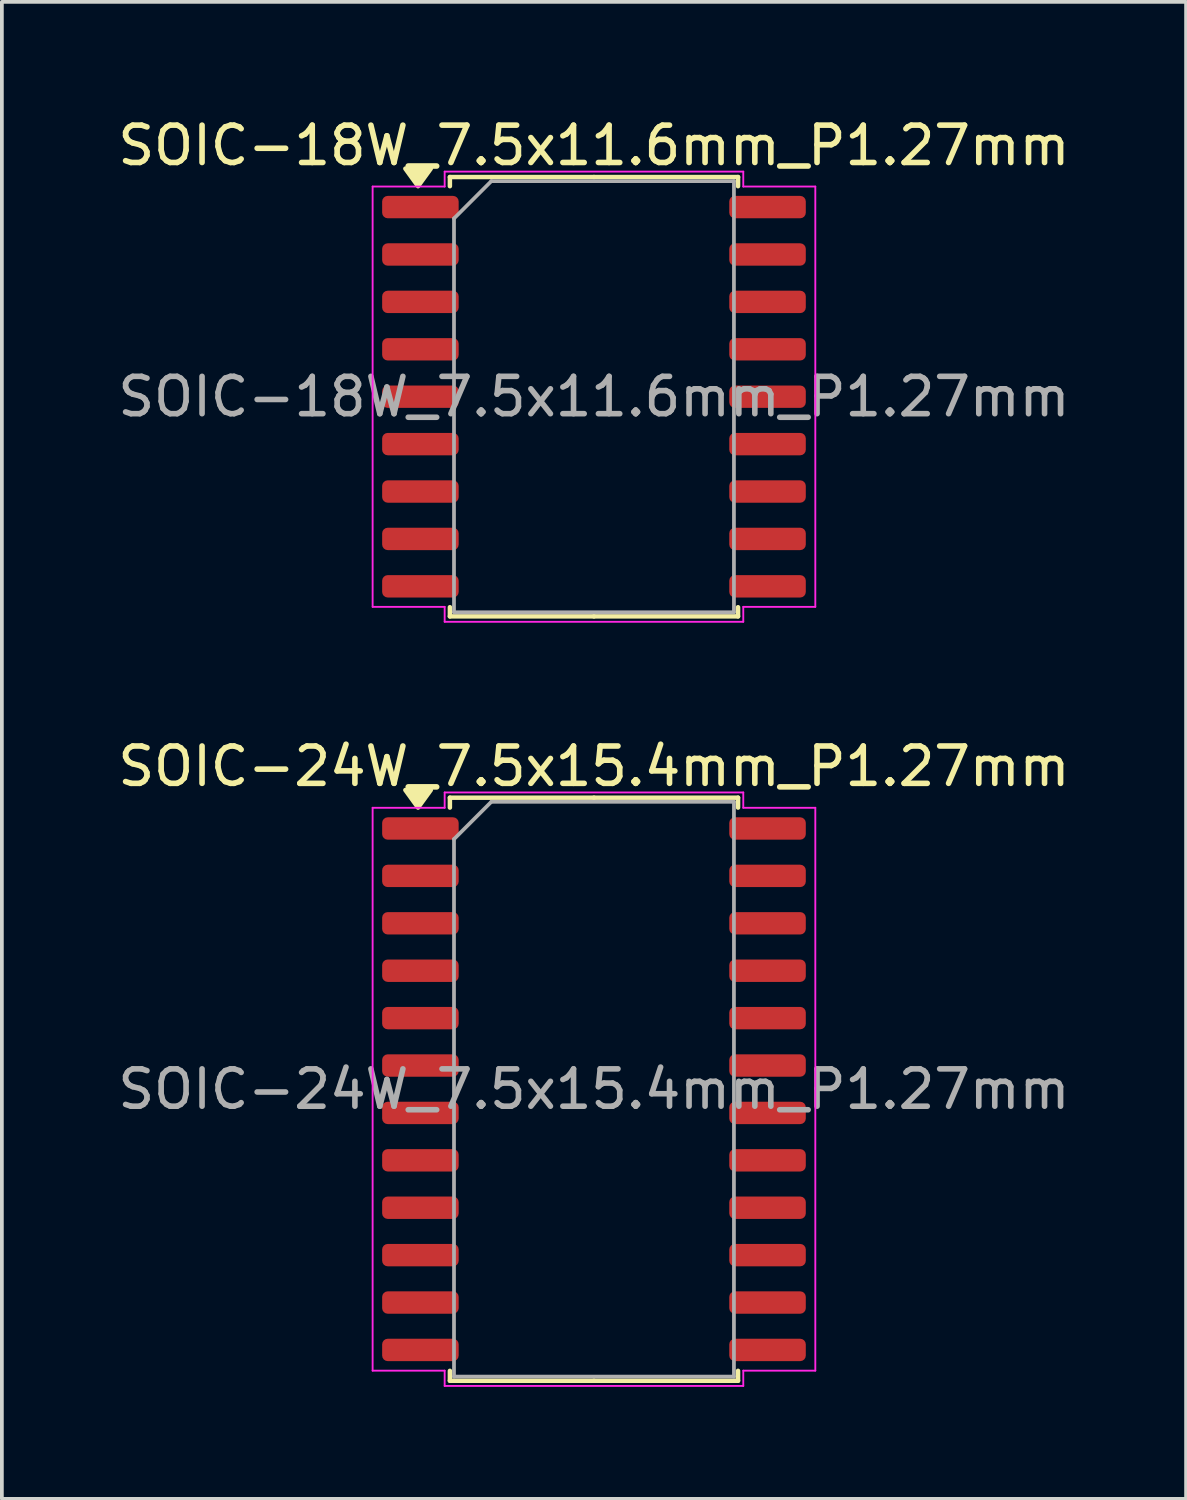
<source format=kicad_pcb>
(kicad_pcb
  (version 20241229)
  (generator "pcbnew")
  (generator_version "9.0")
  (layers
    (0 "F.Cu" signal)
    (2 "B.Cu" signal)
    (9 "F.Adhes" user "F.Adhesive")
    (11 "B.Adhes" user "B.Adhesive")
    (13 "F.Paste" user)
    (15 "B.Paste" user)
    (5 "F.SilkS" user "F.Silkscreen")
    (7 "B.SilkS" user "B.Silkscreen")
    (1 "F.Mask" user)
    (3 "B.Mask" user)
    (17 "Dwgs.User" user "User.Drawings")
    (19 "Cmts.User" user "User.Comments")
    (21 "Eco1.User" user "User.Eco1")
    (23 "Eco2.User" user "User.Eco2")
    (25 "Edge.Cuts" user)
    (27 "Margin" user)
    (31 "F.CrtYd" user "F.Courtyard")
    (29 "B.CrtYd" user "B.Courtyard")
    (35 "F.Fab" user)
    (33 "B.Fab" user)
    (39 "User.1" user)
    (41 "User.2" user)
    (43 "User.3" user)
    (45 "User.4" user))
  (footprint "SOIC-18W_7.5x11.6mm_P1.27mm"
    (layer "F.Cu")
    (at 12.863 7.578)
    (property "Reference" "SOIC-18W_7.5x11.6mm_P1.27mm" (at 0 -6.73 0) (layer "F.SilkS") (effects (font (size 1 1) (thickness 0.15))))
    (attr smd)
    (fp_line (start -3.86 -5.885) (end -3.86 -5.64) (stroke (width 0.12) (type solid)) (layer "F.SilkS"))
    (fp_line (start -3.86 5.885) (end -3.86 5.64) (stroke (width 0.12) (type solid)) (layer "F.SilkS"))
    (fp_line (start 0 -5.885) (end -3.86 -5.885) (stroke (width 0.12) (type solid)) (layer "F.SilkS"))
    (fp_line (start 0 -5.885) (end 3.86 -5.885) (stroke (width 0.12) (type solid)) (layer "F.SilkS"))
    (fp_line (start 0 5.885) (end -3.86 5.885) (stroke (width 0.12) (type solid)) (layer "F.SilkS"))
    (fp_line (start 0 5.885) (end 3.86 5.885) (stroke (width 0.12) (type solid)) (layer "F.SilkS"))
    (fp_line (start 3.86 -5.885) (end 3.86 -5.64) (stroke (width 0.12) (type solid)) (layer "F.SilkS"))
    (fp_line (start 3.86 5.885) (end 3.86 5.64) (stroke (width 0.12) (type solid)) (layer "F.SilkS"))
    (fp_poly (pts (xy -4.713 -5.64) (xy -5.053 -6.11) (xy -4.372 -6.11)) (stroke (width 0.12) (type solid)) (fill yes) (layer "F.SilkS"))
    (fp_line (start -5.93 -5.63) (end -4 -5.63) (stroke (width 0.05) (type solid)) (layer "F.CrtYd"))
    (fp_line (start -5.93 5.63) (end -5.93 -5.63) (stroke (width 0.05) (type solid)) (layer "F.CrtYd"))
    (fp_line (start -4 -6.03) (end 4 -6.03) (stroke (width 0.05) (type solid)) (layer "F.CrtYd"))
    (fp_line (start -4 -5.63) (end -4 -6.03) (stroke (width 0.05) (type solid)) (layer "F.CrtYd"))
    (fp_line (start -4 5.63) (end -5.93 5.63) (stroke (width 0.05) (type solid)) (layer "F.CrtYd"))
    (fp_line (start -4 6.03) (end -4 5.63) (stroke (width 0.05) (type solid)) (layer "F.CrtYd"))
    (fp_line (start 4 -6.03) (end 4 -5.63) (stroke (width 0.05) (type solid)) (layer "F.CrtYd"))
    (fp_line (start 4 -5.63) (end 5.93 -5.63) (stroke (width 0.05) (type solid)) (layer "F.CrtYd"))
    (fp_line (start 4 5.63) (end 4 6.03) (stroke (width 0.05) (type solid)) (layer "F.CrtYd"))
    (fp_line (start 4 6.03) (end -4 6.03) (stroke (width 0.05) (type solid)) (layer "F.CrtYd"))
    (fp_line (start 5.93 -5.63) (end 5.93 5.63) (stroke (width 0.05) (type solid)) (layer "F.CrtYd"))
    (fp_line (start 5.93 5.63) (end 4 5.63) (stroke (width 0.05) (type solid)) (layer "F.CrtYd"))
    (fp_line (start -3.75 -4.775) (end -2.75 -5.775) (stroke (width 0.1) (type solid)) (layer "F.Fab"))
    (fp_line (start -3.75 5.775) (end -3.75 -4.775) (stroke (width 0.1) (type solid)) (layer "F.Fab"))
    (fp_line (start -2.75 -5.775) (end 3.75 -5.775) (stroke (width 0.1) (type solid)) (layer "F.Fab"))
    (fp_line (start 3.75 -5.775) (end 3.75 5.775) (stroke (width 0.1) (type solid)) (layer "F.Fab"))
    (fp_line (start 3.75 5.775) (end -3.75 5.775) (stroke (width 0.1) (type solid)) (layer "F.Fab"))
    (fp_text user "${REFERENCE}" (at 0 0 0) (layer "F.Fab") (effects (font (size 1 1) (thickness 0.15))))
    (pad "1" smd roundrect (at -4.65 -5.08) (size 2.05 0.6) (layers "F.Cu" "F.Mask" "F.Paste") (roundrect_rratio 0.25))
    (pad "2" smd roundrect (at -4.65 -3.81) (size 2.05 0.6) (layers "F.Cu" "F.Mask" "F.Paste") (roundrect_rratio 0.25))
    (pad "3" smd roundrect (at -4.65 -2.54) (size 2.05 0.6) (layers "F.Cu" "F.Mask" "F.Paste") (roundrect_rratio 0.25))
    (pad "4" smd roundrect (at -4.65 -1.27) (size 2.05 0.6) (layers "F.Cu" "F.Mask" "F.Paste") (roundrect_rratio 0.25))
    (pad "5" smd roundrect (at -4.65 0) (size 2.05 0.6) (layers "F.Cu" "F.Mask" "F.Paste") (roundrect_rratio 0.25))
    (pad "6" smd roundrect (at -4.65 1.27) (size 2.05 0.6) (layers "F.Cu" "F.Mask" "F.Paste") (roundrect_rratio 0.25))
    (pad "7" smd roundrect (at -4.65 2.54) (size 2.05 0.6) (layers "F.Cu" "F.Mask" "F.Paste") (roundrect_rratio 0.25))
    (pad "8" smd roundrect (at -4.65 3.81) (size 2.05 0.6) (layers "F.Cu" "F.Mask" "F.Paste") (roundrect_rratio 0.25))
    (pad "9" smd roundrect (at -4.65 5.08) (size 2.05 0.6) (layers "F.Cu" "F.Mask" "F.Paste") (roundrect_rratio 0.25))
    (pad "10" smd roundrect (at 4.65 5.08) (size 2.05 0.6) (layers "F.Cu" "F.Mask" "F.Paste") (roundrect_rratio 0.25))
    (pad "11" smd roundrect (at 4.65 3.81) (size 2.05 0.6) (layers "F.Cu" "F.Mask" "F.Paste") (roundrect_rratio 0.25))
    (pad "12" smd roundrect (at 4.65 2.54) (size 2.05 0.6) (layers "F.Cu" "F.Mask" "F.Paste") (roundrect_rratio 0.25))
    (pad "13" smd roundrect (at 4.65 1.27) (size 2.05 0.6) (layers "F.Cu" "F.Mask" "F.Paste") (roundrect_rratio 0.25))
    (pad "14" smd roundrect (at 4.65 0) (size 2.05 0.6) (layers "F.Cu" "F.Mask" "F.Paste") (roundrect_rratio 0.25))
    (pad "15" smd roundrect (at 4.65 -1.27) (size 2.05 0.6) (layers "F.Cu" "F.Mask" "F.Paste") (roundrect_rratio 0.25))
    (pad "16" smd roundrect (at 4.65 -2.54) (size 2.05 0.6) (layers "F.Cu" "F.Mask" "F.Paste") (roundrect_rratio 0.25))
    (pad "17" smd roundrect (at 4.65 -3.81) (size 2.05 0.6) (layers "F.Cu" "F.Mask" "F.Paste") (roundrect_rratio 0.25))
    (pad "18" smd roundrect (at 4.65 -5.08) (size 2.05 0.6) (layers "F.Cu" "F.Mask" "F.Paste") (roundrect_rratio 0.25)))
  (footprint "SOIC-24W_7.5x15.4mm_P1.27mm"
    (layer "F.Cu")
    (at 12.863 26.131)
    (property "Reference" "SOIC-24W_7.5x15.4mm_P1.27mm" (at 0 -8.65 0) (layer "F.SilkS") (effects (font (size 1 1) (thickness 0.15))))
    (attr smd)
    (fp_line (start -3.86 -7.81) (end -3.86 -7.545) (stroke (width 0.12) (type solid)) (layer "F.SilkS"))
    (fp_line (start -3.86 7.81) (end -3.86 7.545) (stroke (width 0.12) (type solid)) (layer "F.SilkS"))
    (fp_line (start 0 -7.81) (end -3.86 -7.81) (stroke (width 0.12) (type solid)) (layer "F.SilkS"))
    (fp_line (start 0 -7.81) (end 3.86 -7.81) (stroke (width 0.12) (type solid)) (layer "F.SilkS"))
    (fp_line (start 0 7.81) (end -3.86 7.81) (stroke (width 0.12) (type solid)) (layer "F.SilkS"))
    (fp_line (start 0 7.81) (end 3.86 7.81) (stroke (width 0.12) (type solid)) (layer "F.SilkS"))
    (fp_line (start 3.86 -7.81) (end 3.86 -7.545) (stroke (width 0.12) (type solid)) (layer "F.SilkS"))
    (fp_line (start 3.86 7.81) (end 3.86 7.545) (stroke (width 0.12) (type solid)) (layer "F.SilkS"))
    (fp_poly (pts (xy -4.713 -7.545) (xy -5.053 -8.015) (xy -4.372 -8.015)) (stroke (width 0.12) (type solid)) (fill yes) (layer "F.SilkS"))
    (fp_line (start -5.93 -7.54) (end -4 -7.54) (stroke (width 0.05) (type solid)) (layer "F.CrtYd"))
    (fp_line (start -5.93 7.54) (end -5.93 -7.54) (stroke (width 0.05) (type solid)) (layer "F.CrtYd"))
    (fp_line (start -4 -7.95) (end 4 -7.95) (stroke (width 0.05) (type solid)) (layer "F.CrtYd"))
    (fp_line (start -4 -7.54) (end -4 -7.95) (stroke (width 0.05) (type solid)) (layer "F.CrtYd"))
    (fp_line (start -4 7.54) (end -5.93 7.54) (stroke (width 0.05) (type solid)) (layer "F.CrtYd"))
    (fp_line (start -4 7.95) (end -4 7.54) (stroke (width 0.05) (type solid)) (layer "F.CrtYd"))
    (fp_line (start 4 -7.95) (end 4 -7.54) (stroke (width 0.05) (type solid)) (layer "F.CrtYd"))
    (fp_line (start 4 -7.54) (end 5.93 -7.54) (stroke (width 0.05) (type solid)) (layer "F.CrtYd"))
    (fp_line (start 4 7.54) (end 4 7.95) (stroke (width 0.05) (type solid)) (layer "F.CrtYd"))
    (fp_line (start 4 7.95) (end -4 7.95) (stroke (width 0.05) (type solid)) (layer "F.CrtYd"))
    (fp_line (start 5.93 -7.54) (end 5.93 7.54) (stroke (width 0.05) (type solid)) (layer "F.CrtYd"))
    (fp_line (start 5.93 7.54) (end 4 7.54) (stroke (width 0.05) (type solid)) (layer "F.CrtYd"))
    (fp_line (start -3.75 -6.7) (end -2.75 -7.7) (stroke (width 0.1) (type solid)) (layer "F.Fab"))
    (fp_line (start -3.75 7.7) (end -3.75 -6.7) (stroke (width 0.1) (type solid)) (layer "F.Fab"))
    (fp_line (start -2.75 -7.7) (end 3.75 -7.7) (stroke (width 0.1) (type solid)) (layer "F.Fab"))
    (fp_line (start 3.75 -7.7) (end 3.75 7.7) (stroke (width 0.1) (type solid)) (layer "F.Fab"))
    (fp_line (start 3.75 7.7) (end -3.75 7.7) (stroke (width 0.1) (type solid)) (layer "F.Fab"))
    (fp_text user "${REFERENCE}" (at 0 0 0) (layer "F.Fab") (effects (font (size 1 1) (thickness 0.15))))
    (pad "1" smd roundrect (at -4.65 -6.985) (size 2.05 0.6) (layers "F.Cu" "F.Mask" "F.Paste") (roundrect_rratio 0.25))
    (pad "2" smd roundrect (at -4.65 -5.715) (size 2.05 0.6) (layers "F.Cu" "F.Mask" "F.Paste") (roundrect_rratio 0.25))
    (pad "3" smd roundrect (at -4.65 -4.445) (size 2.05 0.6) (layers "F.Cu" "F.Mask" "F.Paste") (roundrect_rratio 0.25))
    (pad "4" smd roundrect (at -4.65 -3.175) (size 2.05 0.6) (layers "F.Cu" "F.Mask" "F.Paste") (roundrect_rratio 0.25))
    (pad "5" smd roundrect (at -4.65 -1.905) (size 2.05 0.6) (layers "F.Cu" "F.Mask" "F.Paste") (roundrect_rratio 0.25))
    (pad "6" smd roundrect (at -4.65 -0.635) (size 2.05 0.6) (layers "F.Cu" "F.Mask" "F.Paste") (roundrect_rratio 0.25))
    (pad "7" smd roundrect (at -4.65 0.635) (size 2.05 0.6) (layers "F.Cu" "F.Mask" "F.Paste") (roundrect_rratio 0.25))
    (pad "8" smd roundrect (at -4.65 1.905) (size 2.05 0.6) (layers "F.Cu" "F.Mask" "F.Paste") (roundrect_rratio 0.25))
    (pad "9" smd roundrect (at -4.65 3.175) (size 2.05 0.6) (layers "F.Cu" "F.Mask" "F.Paste") (roundrect_rratio 0.25))
    (pad "10" smd roundrect (at -4.65 4.445) (size 2.05 0.6) (layers "F.Cu" "F.Mask" "F.Paste") (roundrect_rratio 0.25))
    (pad "11" smd roundrect (at -4.65 5.715) (size 2.05 0.6) (layers "F.Cu" "F.Mask" "F.Paste") (roundrect_rratio 0.25))
    (pad "12" smd roundrect (at -4.65 6.985) (size 2.05 0.6) (layers "F.Cu" "F.Mask" "F.Paste") (roundrect_rratio 0.25))
    (pad "13" smd roundrect (at 4.65 6.985) (size 2.05 0.6) (layers "F.Cu" "F.Mask" "F.Paste") (roundrect_rratio 0.25))
    (pad "14" smd roundrect (at 4.65 5.715) (size 2.05 0.6) (layers "F.Cu" "F.Mask" "F.Paste") (roundrect_rratio 0.25))
    (pad "15" smd roundrect (at 4.65 4.445) (size 2.05 0.6) (layers "F.Cu" "F.Mask" "F.Paste") (roundrect_rratio 0.25))
    (pad "16" smd roundrect (at 4.65 3.175) (size 2.05 0.6) (layers "F.Cu" "F.Mask" "F.Paste") (roundrect_rratio 0.25))
    (pad "17" smd roundrect (at 4.65 1.905) (size 2.05 0.6) (layers "F.Cu" "F.Mask" "F.Paste") (roundrect_rratio 0.25))
    (pad "18" smd roundrect (at 4.65 0.635) (size 2.05 0.6) (layers "F.Cu" "F.Mask" "F.Paste") (roundrect_rratio 0.25))
    (pad "19" smd roundrect (at 4.65 -0.635) (size 2.05 0.6) (layers "F.Cu" "F.Mask" "F.Paste") (roundrect_rratio 0.25))
    (pad "20" smd roundrect (at 4.65 -1.905) (size 2.05 0.6) (layers "F.Cu" "F.Mask" "F.Paste") (roundrect_rratio 0.25))
    (pad "21" smd roundrect (at 4.65 -3.175) (size 2.05 0.6) (layers "F.Cu" "F.Mask" "F.Paste") (roundrect_rratio 0.25))
    (pad "22" smd roundrect (at 4.65 -4.445) (size 2.05 0.6) (layers "F.Cu" "F.Mask" "F.Paste") (roundrect_rratio 0.25))
    (pad "23" smd roundrect (at 4.65 -5.715) (size 2.05 0.6) (layers "F.Cu" "F.Mask" "F.Paste") (roundrect_rratio 0.25))
    (pad "24" smd roundrect (at 4.65 -6.985) (size 2.05 0.6) (layers "F.Cu" "F.Mask" "F.Paste") (roundrect_rratio 0.25)))
  (gr_rect
    (start -3 -3)
    (end 28.726 37.106)
    (stroke (width 0.1) (type default))
    (fill no)
    (layer "Edge.Cuts")))
</source>
